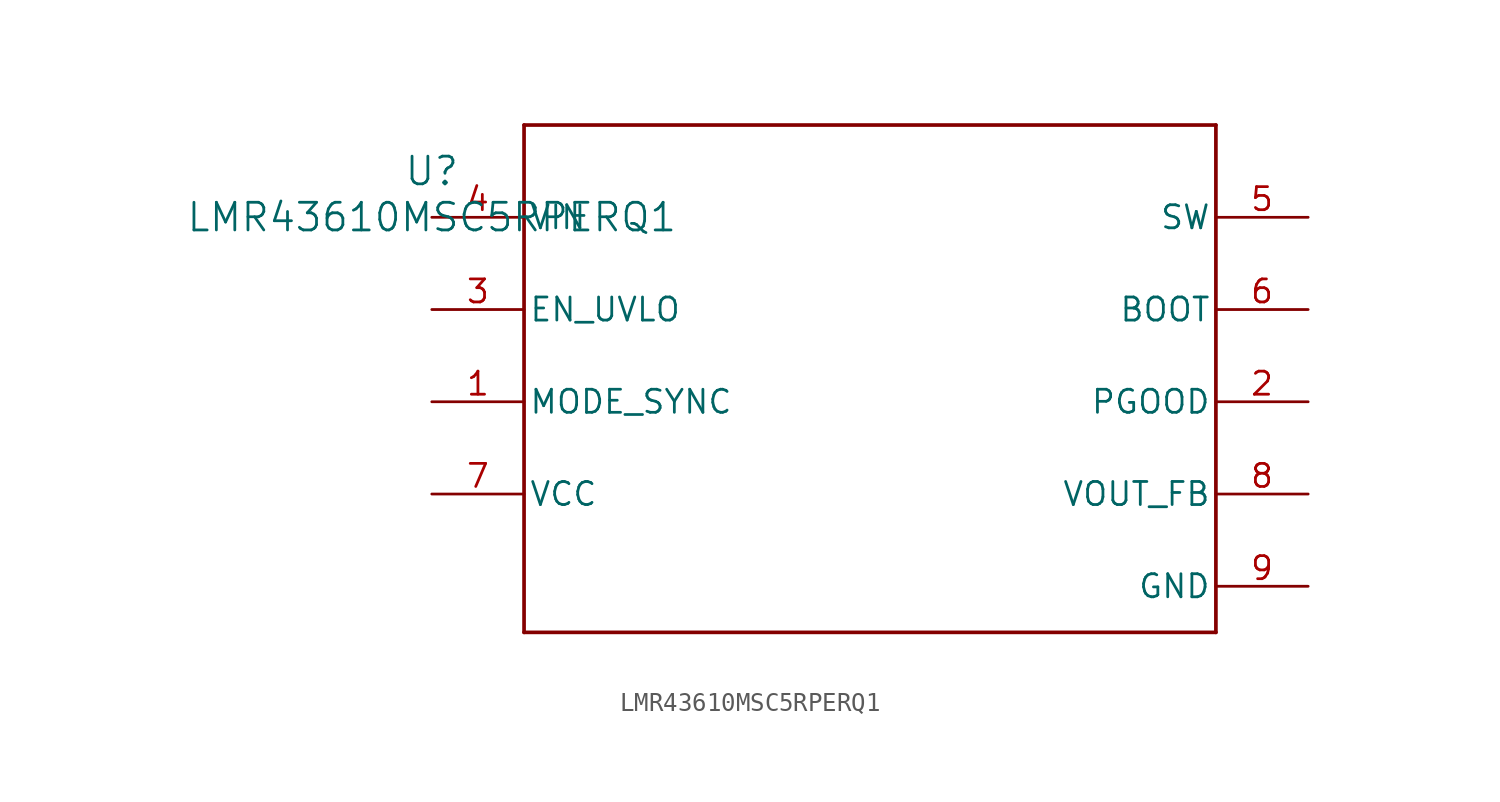
<source format=kicad_sym>
(kicad_symbol_lib
  (version 20211014)
  (generator kicad_symbol_editor)
  (symbol "LMR43610MSC5RPERQ1"
    (pin_names
      (offset 0.254))
    (property "Reference" "U"
      (at 0 2.54 0)
      (effects (font (size 1.524 1.524))))
    (property "Value" "LMR43610MSC5RPERQ1"
      (at 0 0 0)
      (effects (font (size 1.524 1.524))))
    (symbol "LMR43610MSC5RPERQ1_0_1"
      (polyline (pts (xy 5.08 -22.86) (xy 43.18 -22.86)) (stroke (width 0.203) (type default) (color 0 0 0 0)) (fill (type none)))
      (polyline (pts (xy 43.18 -22.86) (xy 43.18 5.08)) (stroke (width 0.203) (type default) (color 0 0 0 0)) (fill (type none)))
      (polyline (pts (xy 43.18 5.08) (xy 5.08 5.08)) (stroke (width 0.203) (type default) (color 0 0 0 0)) (fill (type none)))
      (polyline (pts (xy 5.08 5.08) (xy 5.08 -22.86)) (stroke (width 0.203) (type default) (color 0 0 0 0)) (fill (type none)))
      (pin input line (at 0 -10.16 0) (length 5.08) (name "MODE_SYNC" (effects (font (size 1.27 1.27)))) (number "1" (effects (font (size 1.27 1.27)))))
      (pin open_collector line (at 48.26 -10.16 180) (length 5.08) (name "PGOOD" (effects (font (size 1.27 1.27)))) (number "2" (effects (font (size 1.27 1.27)))))
      (pin input line (at 0 -5.08 0) (length 5.08) (name "EN_UVLO" (effects (font (size 1.27 1.27)))) (number "3" (effects (font (size 1.27 1.27)))))
      (pin power_in line (at 0 0 0) (length 5.08) (name "VIN" (effects (font (size 1.27 1.27)))) (number "4" (effects (font (size 1.27 1.27)))))
      (pin unspecified line (at 48.26 0 180) (length 5.08) (name "SW" (effects (font (size 1.27 1.27)))) (number "5" (effects (font (size 1.27 1.27)))))
      (pin unspecified line (at 48.26 -5.08 180) (length 5.08) (name "BOOT" (effects (font (size 1.27 1.27)))) (number "6" (effects (font (size 1.27 1.27)))))
      (pin power_in line (at 0 -15.24 0) (length 5.08) (name "VCC" (effects (font (size 1.27 1.27)))) (number "7" (effects (font (size 1.27 1.27)))))
      (pin unspecified line (at 48.26 -15.24 180) (length 5.08) (name "VOUT_FB" (effects (font (size 1.27 1.27)))) (number "8" (effects (font (size 1.27 1.27)))))
      (pin power_in line (at 48.26 -20.32 180) (length 5.08) (name "GND" (effects (font (size 1.27 1.27)))) (number "9" (effects (font (size 1.27 1.27))))))))
</source>
